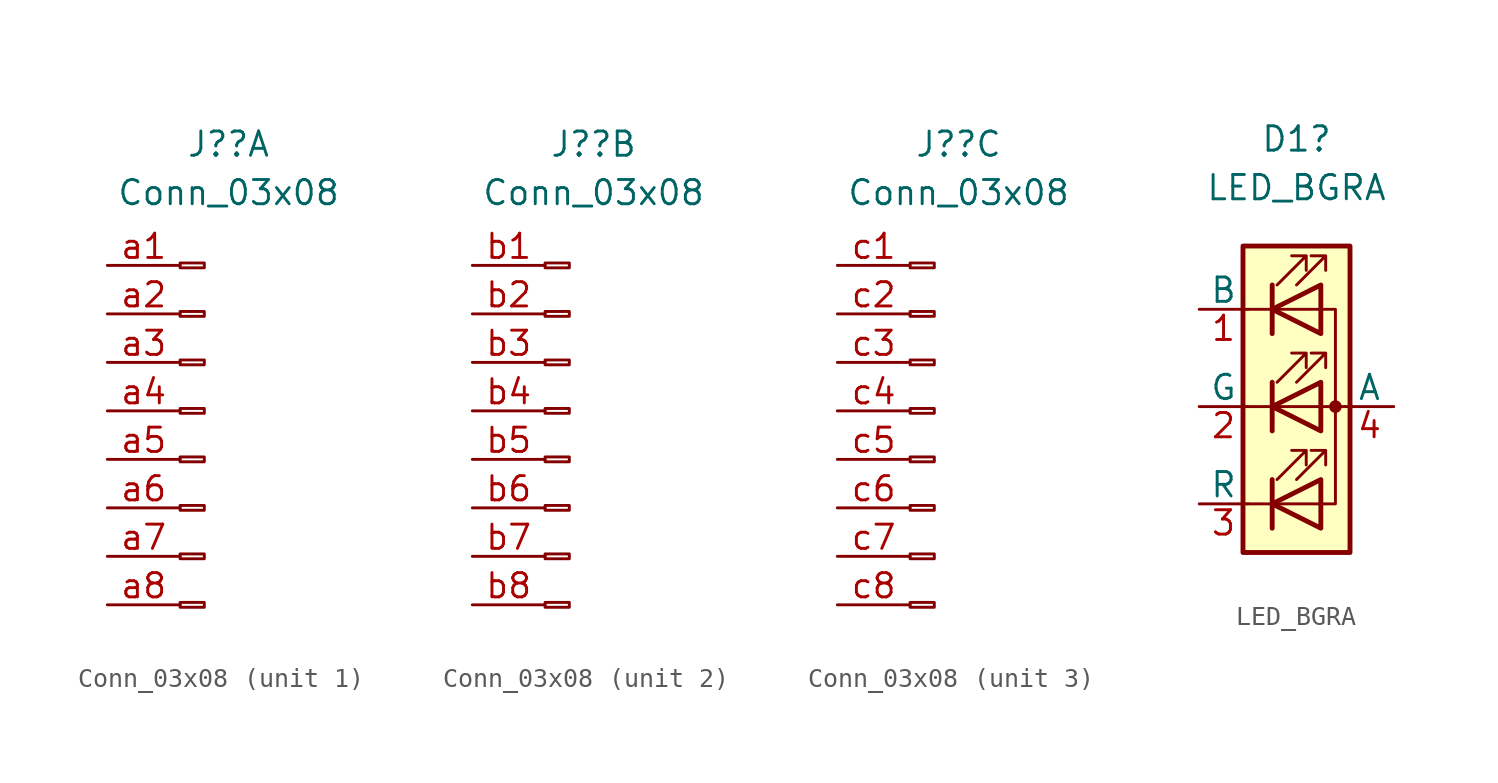
<source format=kicad_sym>
(kicad_symbol_lib
  (version 20241209)
  (generator "kicad_symbol_editor")
  (generator_version "9.0")
  (symbol "Conn_03x08"
    (pin_names
      (offset 1.016)
      (hide yes))
    (property "Reference" "J?"
      (at 1.27 13.97 0)
      (effects (font (size 1.27 1.27))))
    (property "Value" "Conn_03x08"
      (at 1.27 11.43 0)
      (effects (font (size 1.27 1.27))))
    (symbol "Conn_03x08_1_1"
      (rectangle (start -1.27 7.747) (end 0 7.493) (stroke (width 0.152) (type default)) (fill (type none)))
      (rectangle (start -1.27 5.207) (end 0 4.953) (stroke (width 0.152) (type default)) (fill (type none)))
      (rectangle (start -1.27 2.667) (end 0 2.413) (stroke (width 0.152) (type default)) (fill (type none)))
      (rectangle (start -1.27 0.127) (end 0 -0.127) (stroke (width 0.152) (type default)) (fill (type none)))
      (rectangle (start -1.27 -2.413) (end 0 -2.667) (stroke (width 0.152) (type default)) (fill (type none)))
      (rectangle (start -1.27 -4.953) (end 0 -5.207) (stroke (width 0.152) (type default)) (fill (type none)))
      (rectangle (start -1.27 -7.493) (end 0 -7.747) (stroke (width 0.152) (type default)) (fill (type none)))
      (rectangle (start -1.27 -10.033) (end 0 -10.287) (stroke (width 0.152) (type default)) (fill (type none)))
      (pin passive line (at -5.08 7.62 0) (length 3.81) (name "Pin_a1" (effects (font (size 1.27 1.27)))) (number "a1" (effects (font (size 1.27 1.27)))))
      (pin passive line (at -5.08 5.08 0) (length 3.81) (name "Pin_a2" (effects (font (size 1.27 1.27)))) (number "a2" (effects (font (size 1.27 1.27)))))
      (pin passive line (at -5.08 2.54 0) (length 3.81) (name "Pin_a3" (effects (font (size 1.27 1.27)))) (number "a3" (effects (font (size 1.27 1.27)))))
      (pin passive line (at -5.08 0 0) (length 3.81) (name "Pin_a4" (effects (font (size 1.27 1.27)))) (number "a4" (effects (font (size 1.27 1.27)))))
      (pin passive line (at -5.08 -2.54 0) (length 3.81) (name "Pin_a5" (effects (font (size 1.27 1.27)))) (number "a5" (effects (font (size 1.27 1.27)))))
      (pin passive line (at -5.08 -5.08 0) (length 3.81) (name "Pin_a6" (effects (font (size 1.27 1.27)))) (number "a6" (effects (font (size 1.27 1.27)))))
      (pin passive line (at -5.08 -7.62 0) (length 3.81) (name "Pin_a7" (effects (font (size 1.27 1.27)))) (number "a7" (effects (font (size 1.27 1.27)))))
      (pin passive line (at -5.08 -10.16 0) (length 3.81) (name "Pin_a8" (effects (font (size 1.27 1.27)))) (number "a8" (effects (font (size 1.27 1.27))))))
    (symbol "Conn_03x08_2_1"
      (rectangle (start 0 7.493) (end -1.27 7.747) (stroke (width 0.152) (type default)) (fill (type none)))
      (rectangle (start 0 4.953) (end -1.27 5.207) (stroke (width 0.152) (type default)) (fill (type none)))
      (rectangle (start 0 2.413) (end -1.27 2.667) (stroke (width 0.152) (type default)) (fill (type none)))
      (rectangle (start 0 -0.127) (end -1.27 0.127) (stroke (width 0.152) (type default)) (fill (type none)))
      (rectangle (start 0 -2.667) (end -1.27 -2.413) (stroke (width 0.152) (type default)) (fill (type none)))
      (rectangle (start 0 -5.207) (end -1.27 -4.953) (stroke (width 0.152) (type default)) (fill (type none)))
      (rectangle (start 0 -7.747) (end -1.27 -7.493) (stroke (width 0.152) (type default)) (fill (type none)))
      (rectangle (start 0 -10.287) (end -1.27 -10.033) (stroke (width 0.152) (type default)) (fill (type none)))
      (pin passive line (at -5.08 7.62 0) (length 3.81) (name "Pin_b1" (effects (font (size 1.27 1.27)))) (number "b1" (effects (font (size 1.27 1.27)))))
      (pin passive line (at -5.08 5.08 0) (length 3.81) (name "Pin_b2" (effects (font (size 1.27 1.27)))) (number "b2" (effects (font (size 1.27 1.27)))))
      (pin passive line (at -5.08 2.54 0) (length 3.81) (name "Pin_b3" (effects (font (size 1.27 1.27)))) (number "b3" (effects (font (size 1.27 1.27)))))
      (pin passive line (at -5.08 0 0) (length 3.81) (name "Pin_b4" (effects (font (size 1.27 1.27)))) (number "b4" (effects (font (size 1.27 1.27)))))
      (pin passive line (at -5.08 -2.54 0) (length 3.81) (name "Pin_b5" (effects (font (size 1.27 1.27)))) (number "b5" (effects (font (size 1.27 1.27)))))
      (pin passive line (at -5.08 -5.08 0) (length 3.81) (name "Pin_b6" (effects (font (size 1.27 1.27)))) (number "b6" (effects (font (size 1.27 1.27)))))
      (pin passive line (at -5.08 -7.62 0) (length 3.81) (name "Pin_b7" (effects (font (size 1.27 1.27)))) (number "b7" (effects (font (size 1.27 1.27)))))
      (pin passive line (at -5.08 -10.16 0) (length 3.81) (name "Pin_b8" (effects (font (size 1.27 1.27)))) (number "b8" (effects (font (size 1.27 1.27))))))
    (symbol "Conn_03x08_3_1"
      (rectangle (start -1.27 7.747) (end 0 7.493) (stroke (width 0.152) (type default)) (fill (type none)))
      (rectangle (start -1.27 5.207) (end 0 4.953) (stroke (width 0.152) (type default)) (fill (type none)))
      (rectangle (start -1.27 2.667) (end 0 2.413) (stroke (width 0.152) (type default)) (fill (type none)))
      (rectangle (start -1.27 0.127) (end 0 -0.127) (stroke (width 0.152) (type default)) (fill (type none)))
      (rectangle (start -1.27 -2.413) (end 0 -2.667) (stroke (width 0.152) (type default)) (fill (type none)))
      (rectangle (start -1.27 -4.953) (end 0 -5.207) (stroke (width 0.152) (type default)) (fill (type none)))
      (rectangle (start -1.27 -7.493) (end 0 -7.747) (stroke (width 0.152) (type default)) (fill (type none)))
      (rectangle (start -1.27 -10.033) (end 0 -10.287) (stroke (width 0.152) (type default)) (fill (type none)))
      (pin passive line (at -5.08 7.62 0) (length 3.81) (name "Pin_c1" (effects (font (size 1.27 1.27)))) (number "c1" (effects (font (size 1.27 1.27)))))
      (pin passive line (at -5.08 5.08 0) (length 3.81) (name "Pin_c2" (effects (font (size 1.27 1.27)))) (number "c2" (effects (font (size 1.27 1.27)))))
      (pin passive line (at -5.08 2.54 0) (length 3.81) (name "Pin_c3" (effects (font (size 1.27 1.27)))) (number "c3" (effects (font (size 1.27 1.27)))))
      (pin passive line (at -5.08 0 0) (length 3.81) (name "Pin_c4" (effects (font (size 1.27 1.27)))) (number "c4" (effects (font (size 1.27 1.27)))))
      (pin passive line (at -5.08 -2.54 0) (length 3.81) (name "Pin_c5" (effects (font (size 1.27 1.27)))) (number "c5" (effects (font (size 1.27 1.27)))))
      (pin passive line (at -5.08 -5.08 0) (length 3.81) (name "Pin_c6" (effects (font (size 1.27 1.27)))) (number "c6" (effects (font (size 1.27 1.27)))))
      (pin passive line (at -5.08 -7.62 0) (length 3.81) (name "Pin_c7" (effects (font (size 1.27 1.27)))) (number "c7" (effects (font (size 1.27 1.27)))))
      (pin passive line (at -5.08 -10.16 0) (length 3.81) (name "Pin_c8" (effects (font (size 1.27 1.27)))) (number "c8" (effects (font (size 1.27 1.27)))))))
  (symbol "LED_BGRA"
    (pin_names
      (offset 0))
    (property "Reference" "D1"
      (at 0 13.97 0)
      (effects (font (size 1.27 1.27))))
    (property "Value" "LED_BGRA"
      (at 0 11.43 0)
      (effects (font (size 1.27 1.27))))
    (symbol "LED_BGRA_0_1"
      (polyline (pts (xy -1.27 6.35) (xy -1.27 3.81)) (stroke (width 0.254) (type default)) (fill (type none)))
      (polyline (pts (xy -1.27 6.35) (xy -1.27 3.81) (xy -1.27 3.81)) (stroke (width 0) (type default)) (fill (type none)))
      (polyline (pts (xy -1.27 5.08) (xy -2.54 5.08)) (stroke (width 0) (type default)) (fill (type none)))
      (polyline (pts (xy -1.27 5.08) (xy 1.27 5.08)) (stroke (width 0) (type default)) (fill (type none)))
      (polyline (pts (xy -1.27 1.27) (xy -1.27 -1.27)) (stroke (width 0.254) (type default)) (fill (type none)))
      (polyline (pts (xy -1.27 1.27) (xy -1.27 -1.27) (xy -1.27 -1.27)) (stroke (width 0) (type default)) (fill (type none)))
      (polyline (pts (xy -1.27 0) (xy -2.54 0)) (stroke (width 0) (type default)) (fill (type none)))
      (polyline (pts (xy -1.27 -3.81) (xy -1.27 -6.35)) (stroke (width 0.254) (type default)) (fill (type none)))
      (polyline (pts (xy -1.27 -5.08) (xy -2.54 -5.08)) (stroke (width 0) (type default)) (fill (type none)))
      (polyline (pts (xy -1.27 -5.08) (xy 1.27 -5.08)) (stroke (width 0) (type default)) (fill (type none)))
      (polyline (pts (xy -1.016 6.35) (xy 0.508 7.874) (xy -0.254 7.874) (xy 0.508 7.874) (xy 0.508 7.112)) (stroke (width 0) (type default)) (fill (type none)))
      (polyline (pts (xy -1.016 1.27) (xy 0.508 2.794) (xy -0.254 2.794) (xy 0.508 2.794) (xy 0.508 2.032)) (stroke (width 0) (type default)) (fill (type none)))
      (polyline (pts (xy -1.016 -3.81) (xy 0.508 -2.286) (xy -0.254 -2.286) (xy 0.508 -2.286) (xy 0.508 -3.048)) (stroke (width 0) (type default)) (fill (type none)))
      (polyline (pts (xy 0 6.35) (xy 1.524 7.874) (xy 0.762 7.874) (xy 1.524 7.874) (xy 1.524 7.112)) (stroke (width 0) (type default)) (fill (type none)))
      (polyline (pts (xy 0 1.27) (xy 1.524 2.794) (xy 0.762 2.794) (xy 1.524 2.794) (xy 1.524 2.032)) (stroke (width 0) (type default)) (fill (type none)))
      (polyline (pts (xy 0 -3.81) (xy 1.524 -2.286) (xy 0.762 -2.286) (xy 1.524 -2.286) (xy 1.524 -3.048)) (stroke (width 0) (type default)) (fill (type none)))
      (polyline (pts (xy 1.27 6.35) (xy 1.27 3.81) (xy -1.27 5.08) (xy 1.27 6.35)) (stroke (width 0.254) (type default)) (fill (type none)))
      (rectangle (start 1.27 6.35) (end 1.27 6.35) (stroke (width 0) (type default)) (fill (type none)))
      (rectangle (start 1.27 3.81) (end 1.27 6.35) (stroke (width 0) (type default)) (fill (type none)))
      (polyline (pts (xy 1.27 1.27) (xy 1.27 -1.27) (xy -1.27 0) (xy 1.27 1.27)) (stroke (width 0.254) (type default)) (fill (type none)))
      (rectangle (start 1.27 1.27) (end 1.27 1.27) (stroke (width 0) (type default)) (fill (type none)))
      (polyline (pts (xy 1.27 0) (xy -1.27 0)) (stroke (width 0) (type default)) (fill (type none)))
      (polyline (pts (xy 1.27 0) (xy 2.54 0)) (stroke (width 0) (type default)) (fill (type none)))
      (rectangle (start 1.27 -1.27) (end 1.27 1.27) (stroke (width 0) (type default)) (fill (type none)))
      (polyline (pts (xy 1.27 -3.81) (xy 1.27 -6.35) (xy -1.27 -5.08) (xy 1.27 -3.81)) (stroke (width 0.254) (type default)) (fill (type none)))
      (polyline (pts (xy 1.27 -5.08) (xy 2.032 -5.08) (xy 2.032 5.08) (xy 1.27 5.08)) (stroke (width 0) (type default)) (fill (type none)))
      (circle (center 2.032 0) (radius 0.254) (stroke (width 0) (type default)) (fill (type outline)))
      (rectangle (start 2.794 8.382) (end -2.794 -7.62) (stroke (width 0.254) (type default)) (fill (type background))))
    (symbol "LED_BGRA_1_1"
      (pin passive line (at -5.08 5.08 0) (length 2.54) (name "B" (effects (font (size 1.27 1.27)))) (number "1" (effects (font (size 1.27 1.27)))))
      (pin passive line (at -5.08 0 0) (length 2.54) (name "G" (effects (font (size 1.27 1.27)))) (number "2" (effects (font (size 1.27 1.27)))))
      (pin passive line (at -5.08 -5.08 0) (length 2.54) (name "R" (effects (font (size 1.27 1.27)))) (number "3" (effects (font (size 1.27 1.27)))))
      (pin passive line (at 5.08 0 180) (length 2.54) (name "A" (effects (font (size 1.27 1.27)))) (number "4" (effects (font (size 1.27 1.27))))))))
</source>
